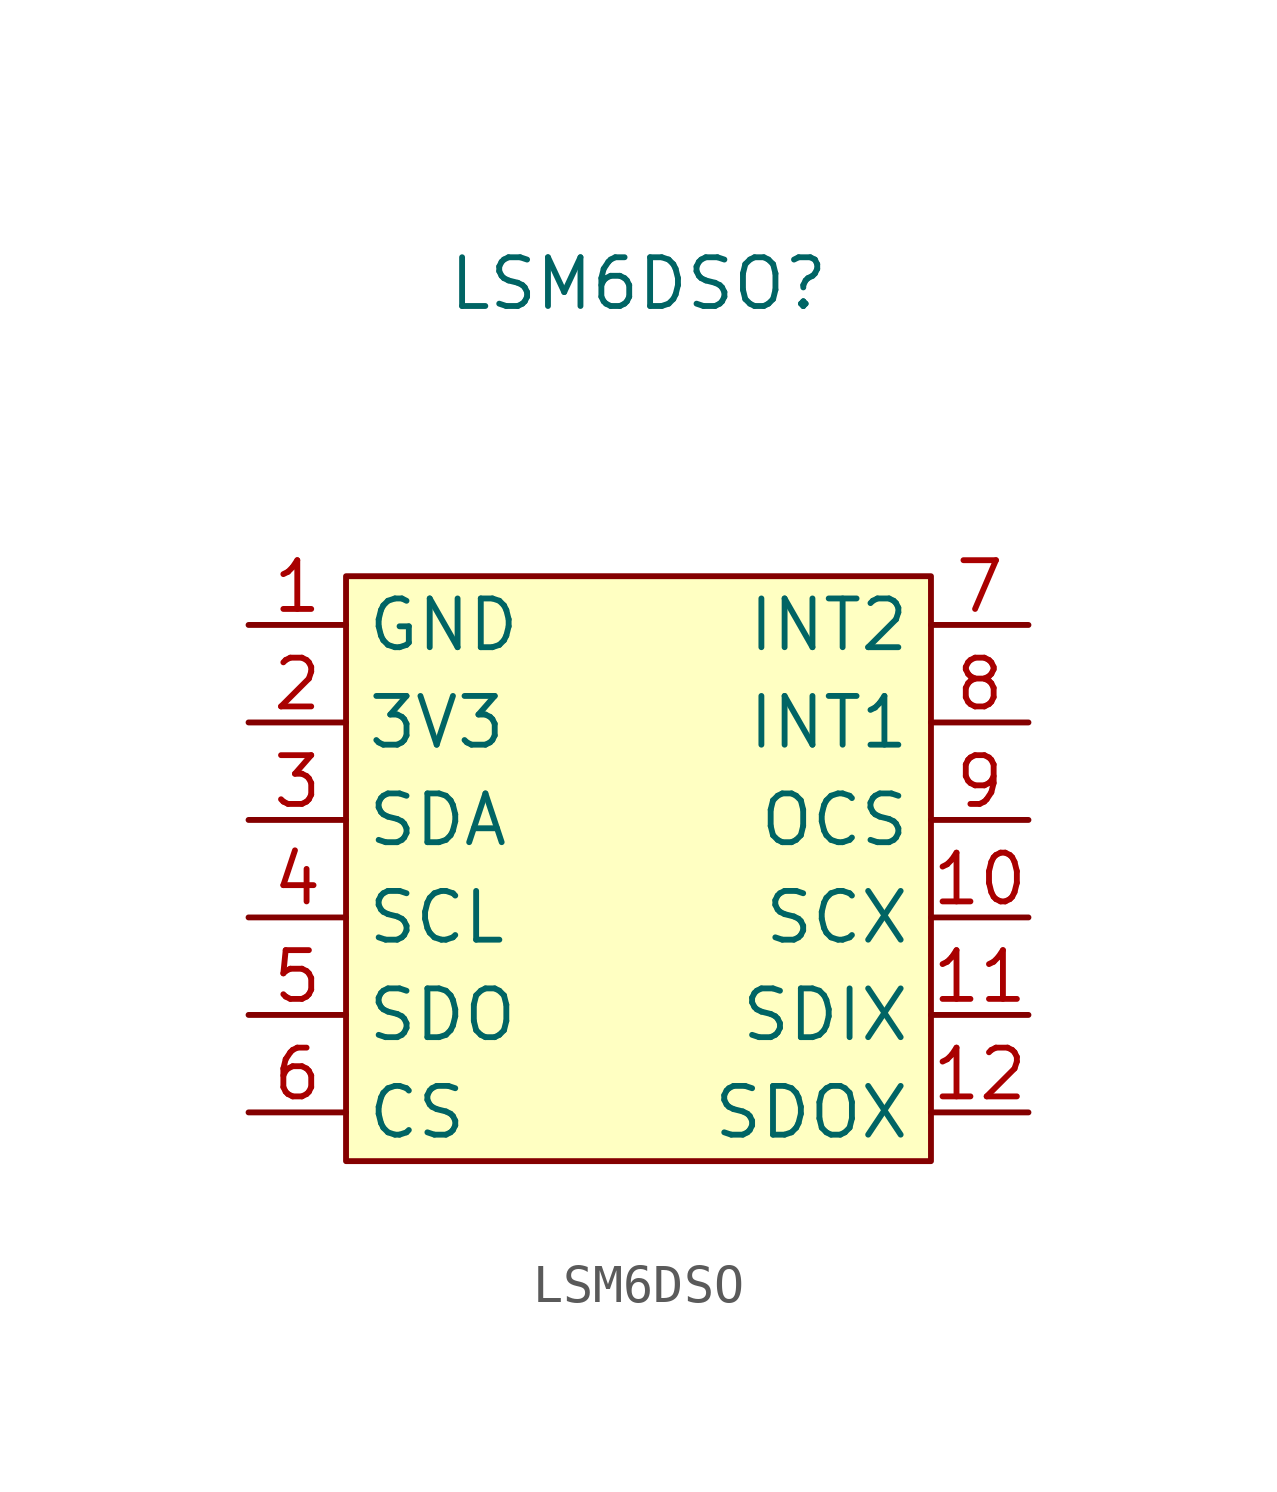
<source format=kicad_sym>
(kicad_symbol_lib
  (version 20220914)
  (generator kicad_symbol_editor)
  (symbol "LSM6DSO"
    (property "Reference" "LSM6DSO"
      (at 0 15.24 0)
      (effects (font (size 1.27 1.27))))
    (property "Value" ""
      (at 5.08 -5.08 0)
      (effects (font (size 1.27 1.27))))
    (symbol "LSM6DSO_1_1"
      (rectangle (start -7.62 7.62) (end 7.62 -7.62) (stroke (width 0) (type default)) (fill (type background)))
      (pin power_in line (at -10.16 6.35 0) (length 2.54) (name "GND" (effects (font (size 1.27 1.27)))) (number "1" (effects (font (size 1.27 1.27)))))
      (pin output line (at 10.16 -1.27 180) (length 2.54) (name "SCX" (effects (font (size 1.27 1.27)))) (number "10" (effects (font (size 1.27 1.27)))))
      (pin output line (at 10.16 -3.81 180) (length 2.54) (name "SDIX" (effects (font (size 1.27 1.27)))) (number "11" (effects (font (size 1.27 1.27)))))
      (pin output line (at 10.16 -6.35 180) (length 2.54) (name "SDOX" (effects (font (size 1.27 1.27)))) (number "12" (effects (font (size 1.27 1.27)))))
      (pin power_in line (at -10.16 3.81 0) (length 2.54) (name "3V3" (effects (font (size 1.27 1.27)))) (number "2" (effects (font (size 1.27 1.27)))))
      (pin input line (at -10.16 1.27 0) (length 2.54) (name "SDA" (effects (font (size 1.27 1.27)))) (number "3" (effects (font (size 1.27 1.27)))))
      (pin input line (at -10.16 -1.27 0) (length 2.54) (name "SCL" (effects (font (size 1.27 1.27)))) (number "4" (effects (font (size 1.27 1.27)))))
      (pin input line (at -10.16 -3.81 0) (length 2.54) (name "SDO" (effects (font (size 1.27 1.27)))) (number "5" (effects (font (size 1.27 1.27)))))
      (pin input line (at -10.16 -6.35 0) (length 2.54) (name "CS" (effects (font (size 1.27 1.27)))) (number "6" (effects (font (size 1.27 1.27)))))
      (pin output line (at 10.16 6.35 180) (length 2.54) (name "INT2" (effects (font (size 1.27 1.27)))) (number "7" (effects (font (size 1.27 1.27)))))
      (pin output line (at 10.16 3.81 180) (length 2.54) (name "INT1" (effects (font (size 1.27 1.27)))) (number "8" (effects (font (size 1.27 1.27)))))
      (pin output line (at 10.16 1.27 180) (length 2.54) (name "OCS" (effects (font (size 1.27 1.27)))) (number "9" (effects (font (size 1.27 1.27))))))))
</source>
